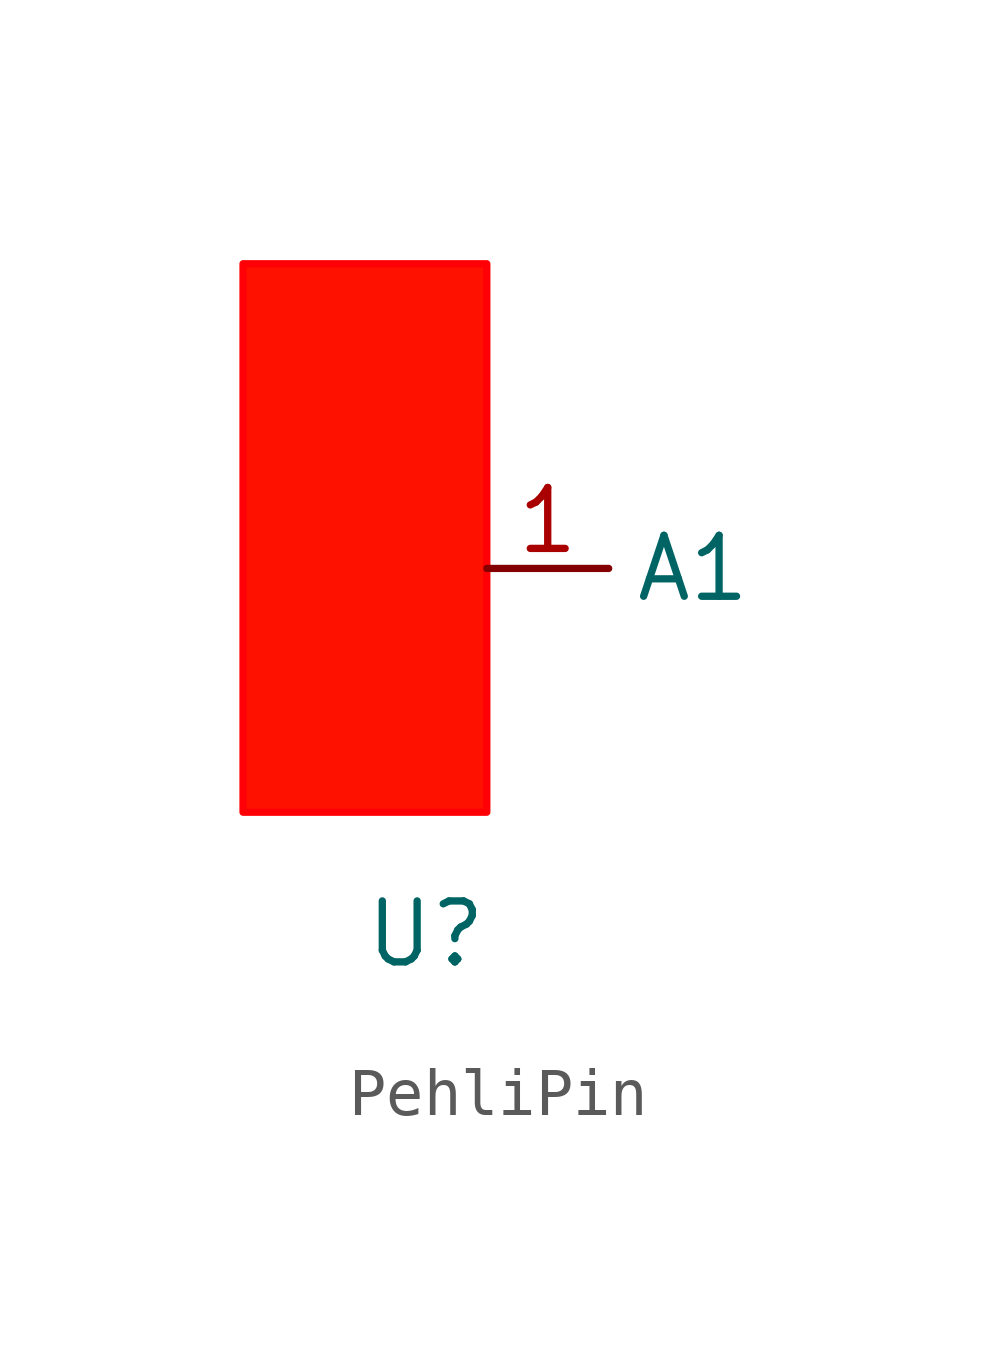
<source format=kicad_sym>
(kicad_symbol_lib
  (version 20231120)
  (generator "kicad_symbol_editor")
  (generator_version "8.0")
  (symbol "PehliPin"
    (property "Reference" "U"
      (at 0 0 0)
      (effects (font (size 1.27 1.27))))
    (property "Value" ""
      (at 0 0 0)
      (effects (font (size 1.27 1.27))))
    (symbol "PehliPin_0_1"
      (rectangle (start -3.81 13.97) (end 1.27 2.54) (stroke (width 0) (type default) (color 255 0 6 1)) (fill (type color) (color 255 17 0 1))))
    (symbol "PehliPin_1_1"
      (pin input line (at 1.27 7.62 0) (length 2.54) (name "A1" (effects (font (size 1.27 1.27)))) (number "1" (effects (font (size 1.27 1.27))))))))
</source>
